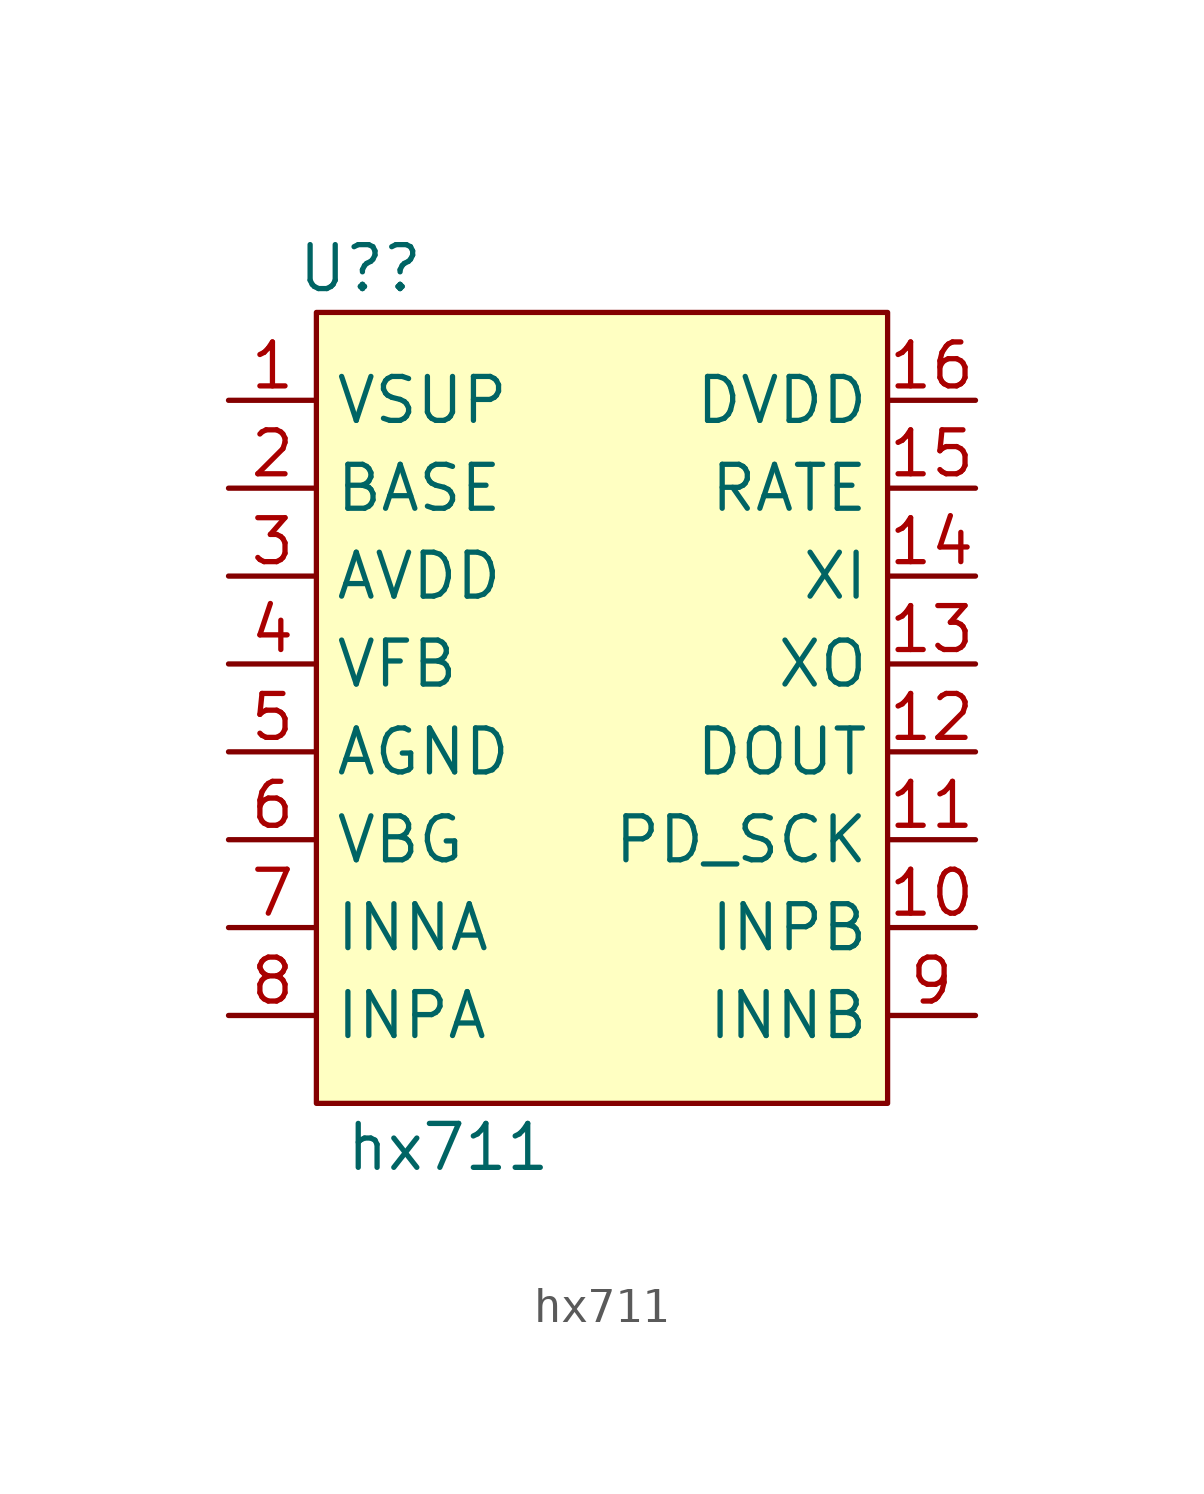
<source format=kicad_sym>
(kicad_symbol_lib
  (version 20211014)
  (generator kicad_symbol_editor)
  (symbol "hx711"
    (property "Reference" "U?"
      (at -7.62 11.43 0)
      (effects (font (size 1.27 1.27))))
    (property "Value" "hx711"
      (at -5.08 -13.97 0)
      (effects (font (size 1.27 1.27))))
    (symbol "hx711_0_1"
      (rectangle (start -8.89 10.16) (end 7.62 -12.7) (stroke (width 0) (type default) (color 0 0 0 0)) (fill (type background))))
    (symbol "hx711_1_1"
      (pin power_in line (at -11.43 7.62 0) (length 2.54) (name "VSUP" (effects (font (size 1.27 1.27)))) (number "1" (effects (font (size 1.27 1.27)))))
      (pin input line (at 10.16 -7.62 180) (length 2.54) (name "INPB" (effects (font (size 1.27 1.27)))) (number "10" (effects (font (size 1.27 1.27)))))
      (pin input line (at 10.16 -5.08 180) (length 2.54) (name "PD_SCK" (effects (font (size 1.27 1.27)))) (number "11" (effects (font (size 1.27 1.27)))))
      (pin output line (at 10.16 -2.54 180) (length 2.54) (name "DOUT" (effects (font (size 1.27 1.27)))) (number "12" (effects (font (size 1.27 1.27)))))
      (pin bidirectional line (at 10.16 0 180) (length 2.54) (name "XO" (effects (font (size 1.27 1.27)))) (number "13" (effects (font (size 1.27 1.27)))))
      (pin input line (at 10.16 2.54 180) (length 2.54) (name "XI" (effects (font (size 1.27 1.27)))) (number "14" (effects (font (size 1.27 1.27)))))
      (pin input line (at 10.16 5.08 180) (length 2.54) (name "RATE" (effects (font (size 1.27 1.27)))) (number "15" (effects (font (size 1.27 1.27)))))
      (pin power_in line (at 10.16 7.62 180) (length 2.54) (name "DVDD" (effects (font (size 1.27 1.27)))) (number "16" (effects (font (size 1.27 1.27)))))
      (pin output line (at -11.43 5.08 0) (length 2.54) (name "BASE" (effects (font (size 1.27 1.27)))) (number "2" (effects (font (size 1.27 1.27)))))
      (pin power_in line (at -11.43 2.54 0) (length 2.54) (name "AVDD" (effects (font (size 1.27 1.27)))) (number "3" (effects (font (size 1.27 1.27)))))
      (pin input line (at -11.43 0 0) (length 2.54) (name "VFB" (effects (font (size 1.27 1.27)))) (number "4" (effects (font (size 1.27 1.27)))))
      (pin power_in line (at -11.43 -2.54 0) (length 2.54) (name "AGND" (effects (font (size 1.27 1.27)))) (number "5" (effects (font (size 1.27 1.27)))))
      (pin output line (at -11.43 -5.08 0) (length 2.54) (name "VBG" (effects (font (size 1.27 1.27)))) (number "6" (effects (font (size 1.27 1.27)))))
      (pin input line (at -11.43 -7.62 0) (length 2.54) (name "INNA" (effects (font (size 1.27 1.27)))) (number "7" (effects (font (size 1.27 1.27)))))
      (pin input line (at -11.43 -10.16 0) (length 2.54) (name "INPA" (effects (font (size 1.27 1.27)))) (number "8" (effects (font (size 1.27 1.27)))))
      (pin input line (at 10.16 -10.16 180) (length 2.54) (name "INNB" (effects (font (size 1.27 1.27)))) (number "9" (effects (font (size 1.27 1.27))))))))
</source>
